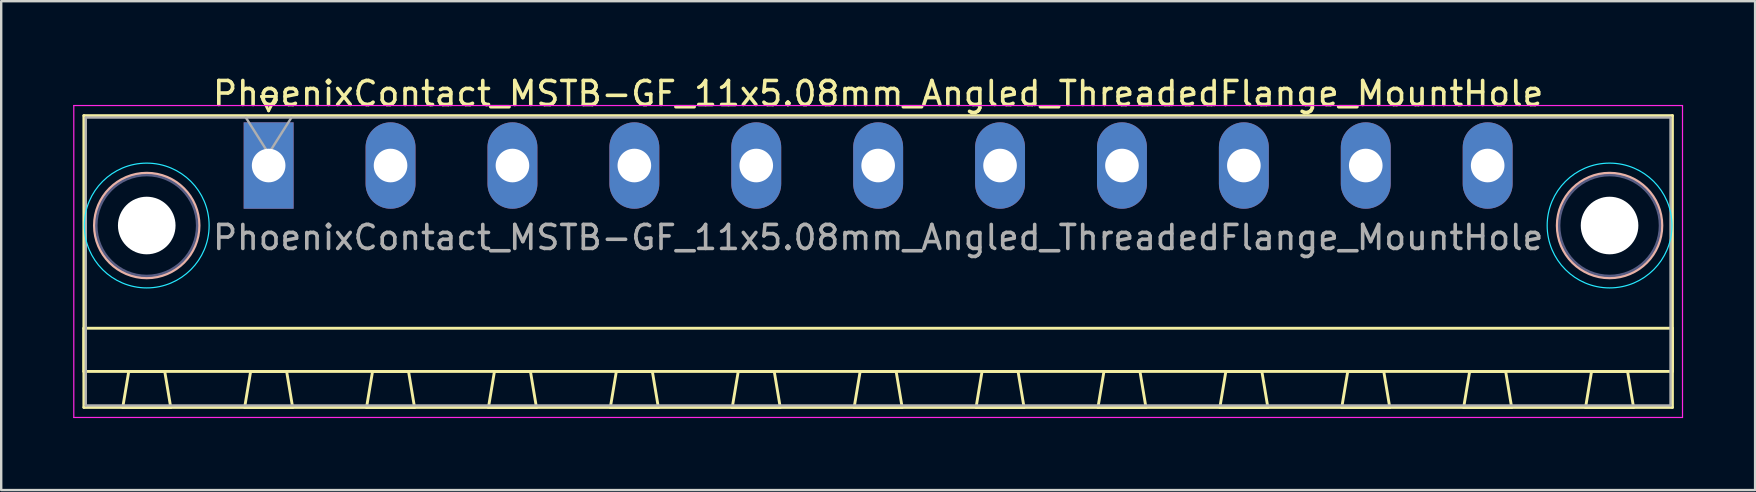
<source format=kicad_pcb>
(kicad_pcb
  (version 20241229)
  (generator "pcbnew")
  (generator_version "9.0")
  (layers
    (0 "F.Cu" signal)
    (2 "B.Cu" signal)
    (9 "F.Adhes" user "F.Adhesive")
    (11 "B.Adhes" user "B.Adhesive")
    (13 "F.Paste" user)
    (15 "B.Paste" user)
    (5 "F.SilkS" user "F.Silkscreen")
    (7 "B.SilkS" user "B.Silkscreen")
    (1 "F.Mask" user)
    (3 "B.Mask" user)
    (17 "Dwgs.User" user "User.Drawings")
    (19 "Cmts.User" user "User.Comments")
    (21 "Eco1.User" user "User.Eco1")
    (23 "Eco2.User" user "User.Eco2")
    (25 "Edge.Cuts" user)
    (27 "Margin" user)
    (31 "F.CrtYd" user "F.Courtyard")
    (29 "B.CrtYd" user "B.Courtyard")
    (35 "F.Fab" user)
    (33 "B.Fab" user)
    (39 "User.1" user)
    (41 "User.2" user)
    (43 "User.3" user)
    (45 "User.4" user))
  (footprint "PhoenixContact_MSTB-GF_11x5.08mm_Angled_ThreadedFlange_MountHole"
    (layer "F.Cu")
    (at 8.145 3.848)
    (property "Reference" "PhoenixContact_MSTB-GF_11x5.08mm_Angled_ThreadedFlange_MountHole" (at 25.4 -3 0) (layer "F.SilkS") (effects (font (size 1 1) (thickness 0.15))))
    (attr through_hole)
    (fp_line (start -7.7 -2.08) (end -7.7 10.08) (stroke (width 0.12) (type solid)) (layer "F.SilkS"))
    (fp_line (start -7.7 6.78) (end 58.5 6.78) (stroke (width 0.12) (type solid)) (layer "F.SilkS"))
    (fp_line (start -7.7 8.58) (end -7.7 6.78) (stroke (width 0.12) (type solid)) (layer "F.SilkS"))
    (fp_line (start -7.7 10.08) (end 58.5 10.08) (stroke (width 0.12) (type solid)) (layer "F.SilkS"))
    (fp_line (start -6.08 10.08) (end -4.08 10.08) (stroke (width 0.12) (type solid)) (layer "F.SilkS"))
    (fp_line (start -5.83 8.58) (end -6.08 10.08) (stroke (width 0.12) (type solid)) (layer "F.SilkS"))
    (fp_line (start -4.33 8.58) (end -5.83 8.58) (stroke (width 0.12) (type solid)) (layer "F.SilkS"))
    (fp_line (start -4.08 10.08) (end -4.33 8.58) (stroke (width 0.12) (type solid)) (layer "F.SilkS"))
    (fp_line (start -1 10.08) (end 1 10.08) (stroke (width 0.12) (type solid)) (layer "F.SilkS"))
    (fp_line (start -0.75 8.58) (end -1 10.08) (stroke (width 0.12) (type solid)) (layer "F.SilkS"))
    (fp_line (start -0.3 -2.88) (end 0.3 -2.88) (stroke (width 0.12) (type solid)) (layer "F.SilkS"))
    (fp_line (start 0 -2.28) (end -0.3 -2.88) (stroke (width 0.12) (type solid)) (layer "F.SilkS"))
    (fp_line (start 0.3 -2.88) (end 0 -2.28) (stroke (width 0.12) (type solid)) (layer "F.SilkS"))
    (fp_line (start 0.75 8.58) (end -0.75 8.58) (stroke (width 0.12) (type solid)) (layer "F.SilkS"))
    (fp_line (start 1 10.08) (end 0.75 8.58) (stroke (width 0.12) (type solid)) (layer "F.SilkS"))
    (fp_line (start 4.08 10.08) (end 6.08 10.08) (stroke (width 0.12) (type solid)) (layer "F.SilkS"))
    (fp_line (start 4.33 8.58) (end 4.08 10.08) (stroke (width 0.12) (type solid)) (layer "F.SilkS"))
    (fp_line (start 5.83 8.58) (end 4.33 8.58) (stroke (width 0.12) (type solid)) (layer "F.SilkS"))
    (fp_line (start 6.08 10.08) (end 5.83 8.58) (stroke (width 0.12) (type solid)) (layer "F.SilkS"))
    (fp_line (start 9.16 10.08) (end 11.16 10.08) (stroke (width 0.12) (type solid)) (layer "F.SilkS"))
    (fp_line (start 9.41 8.58) (end 9.16 10.08) (stroke (width 0.12) (type solid)) (layer "F.SilkS"))
    (fp_line (start 10.91 8.58) (end 9.41 8.58) (stroke (width 0.12) (type solid)) (layer "F.SilkS"))
    (fp_line (start 11.16 10.08) (end 10.91 8.58) (stroke (width 0.12) (type solid)) (layer "F.SilkS"))
    (fp_line (start 14.24 10.08) (end 16.24 10.08) (stroke (width 0.12) (type solid)) (layer "F.SilkS"))
    (fp_line (start 14.49 8.58) (end 14.24 10.08) (stroke (width 0.12) (type solid)) (layer "F.SilkS"))
    (fp_line (start 15.99 8.58) (end 14.49 8.58) (stroke (width 0.12) (type solid)) (layer "F.SilkS"))
    (fp_line (start 16.24 10.08) (end 15.99 8.58) (stroke (width 0.12) (type solid)) (layer "F.SilkS"))
    (fp_line (start 19.32 10.08) (end 21.32 10.08) (stroke (width 0.12) (type solid)) (layer "F.SilkS"))
    (fp_line (start 19.57 8.58) (end 19.32 10.08) (stroke (width 0.12) (type solid)) (layer "F.SilkS"))
    (fp_line (start 21.07 8.58) (end 19.57 8.58) (stroke (width 0.12) (type solid)) (layer "F.SilkS"))
    (fp_line (start 21.32 10.08) (end 21.07 8.58) (stroke (width 0.12) (type solid)) (layer "F.SilkS"))
    (fp_line (start 24.4 10.08) (end 26.4 10.08) (stroke (width 0.12) (type solid)) (layer "F.SilkS"))
    (fp_line (start 24.65 8.58) (end 24.4 10.08) (stroke (width 0.12) (type solid)) (layer "F.SilkS"))
    (fp_line (start 26.15 8.58) (end 24.65 8.58) (stroke (width 0.12) (type solid)) (layer "F.SilkS"))
    (fp_line (start 26.4 10.08) (end 26.15 8.58) (stroke (width 0.12) (type solid)) (layer "F.SilkS"))
    (fp_line (start 29.48 10.08) (end 31.48 10.08) (stroke (width 0.12) (type solid)) (layer "F.SilkS"))
    (fp_line (start 29.73 8.58) (end 29.48 10.08) (stroke (width 0.12) (type solid)) (layer "F.SilkS"))
    (fp_line (start 31.23 8.58) (end 29.73 8.58) (stroke (width 0.12) (type solid)) (layer "F.SilkS"))
    (fp_line (start 31.48 10.08) (end 31.23 8.58) (stroke (width 0.12) (type solid)) (layer "F.SilkS"))
    (fp_line (start 34.56 10.08) (end 36.56 10.08) (stroke (width 0.12) (type solid)) (layer "F.SilkS"))
    (fp_line (start 34.81 8.58) (end 34.56 10.08) (stroke (width 0.12) (type solid)) (layer "F.SilkS"))
    (fp_line (start 36.31 8.58) (end 34.81 8.58) (stroke (width 0.12) (type solid)) (layer "F.SilkS"))
    (fp_line (start 36.56 10.08) (end 36.31 8.58) (stroke (width 0.12) (type solid)) (layer "F.SilkS"))
    (fp_line (start 39.64 10.08) (end 41.64 10.08) (stroke (width 0.12) (type solid)) (layer "F.SilkS"))
    (fp_line (start 39.89 8.58) (end 39.64 10.08) (stroke (width 0.12) (type solid)) (layer "F.SilkS"))
    (fp_line (start 41.39 8.58) (end 39.89 8.58) (stroke (width 0.12) (type solid)) (layer "F.SilkS"))
    (fp_line (start 41.64 10.08) (end 41.39 8.58) (stroke (width 0.12) (type solid)) (layer "F.SilkS"))
    (fp_line (start 44.72 10.08) (end 46.72 10.08) (stroke (width 0.12) (type solid)) (layer "F.SilkS"))
    (fp_line (start 44.97 8.58) (end 44.72 10.08) (stroke (width 0.12) (type solid)) (layer "F.SilkS"))
    (fp_line (start 46.47 8.58) (end 44.97 8.58) (stroke (width 0.12) (type solid)) (layer "F.SilkS"))
    (fp_line (start 46.72 10.08) (end 46.47 8.58) (stroke (width 0.12) (type solid)) (layer "F.SilkS"))
    (fp_line (start 49.8 10.08) (end 51.8 10.08) (stroke (width 0.12) (type solid)) (layer "F.SilkS"))
    (fp_line (start 50.05 8.58) (end 49.8 10.08) (stroke (width 0.12) (type solid)) (layer "F.SilkS"))
    (fp_line (start 51.55 8.58) (end 50.05 8.58) (stroke (width 0.12) (type solid)) (layer "F.SilkS"))
    (fp_line (start 51.8 10.08) (end 51.55 8.58) (stroke (width 0.12) (type solid)) (layer "F.SilkS"))
    (fp_line (start 54.88 10.08) (end 56.88 10.08) (stroke (width 0.12) (type solid)) (layer "F.SilkS"))
    (fp_line (start 55.13 8.58) (end 54.88 10.08) (stroke (width 0.12) (type solid)) (layer "F.SilkS"))
    (fp_line (start 56.63 8.58) (end 55.13 8.58) (stroke (width 0.12) (type solid)) (layer "F.SilkS"))
    (fp_line (start 56.88 10.08) (end 56.63 8.58) (stroke (width 0.12) (type solid)) (layer "F.SilkS"))
    (fp_line (start 58.5 -2.08) (end -7.7 -2.08) (stroke (width 0.12) (type solid)) (layer "F.SilkS"))
    (fp_line (start 58.5 6.78) (end 58.5 8.58) (stroke (width 0.12) (type solid)) (layer "F.SilkS"))
    (fp_line (start 58.5 8.58) (end -7.7 8.58) (stroke (width 0.12) (type solid)) (layer "F.SilkS"))
    (fp_line (start 58.5 10.08) (end 58.5 -2.08) (stroke (width 0.12) (type solid)) (layer "F.SilkS"))
    (fp_circle (center -5.08 2.5) (end -2.9 2.5) (stroke (width 0.12) (type solid)) (fill no) (layer "B.SilkS"))
    (fp_circle (center 55.88 2.5) (end 58.06 2.5) (stroke (width 0.12) (type solid)) (fill no) (layer "B.SilkS"))
    (fp_circle (center -5.08 2.5) (end -2.48 2.5) (stroke (width 0.05) (type solid)) (fill no) (layer "B.CrtYd"))
    (fp_circle (center 55.88 2.5) (end 58.48 2.5) (stroke (width 0.05) (type solid)) (fill no) (layer "B.CrtYd"))
    (fp_line (start -8.12 -2.5) (end -8.12 10.5) (stroke (width 0.05) (type solid)) (layer "F.CrtYd"))
    (fp_line (start -8.12 10.5) (end 58.92 10.5) (stroke (width 0.05) (type solid)) (layer "F.CrtYd"))
    (fp_line (start 58.92 -2.5) (end -8.12 -2.5) (stroke (width 0.05) (type solid)) (layer "F.CrtYd"))
    (fp_line (start 58.92 10.5) (end 58.92 -2.5) (stroke (width 0.05) (type solid)) (layer "F.CrtYd"))
    (fp_circle (center -5.08 2.5) (end -2.98 2.5) (stroke (width 0.1) (type solid)) (fill no) (layer "B.Fab"))
    (fp_circle (center 55.88 2.5) (end 57.98 2.5) (stroke (width 0.1) (type solid)) (fill no) (layer "B.Fab"))
    (fp_line (start -7.62 -2) (end -7.62 10) (stroke (width 0.1) (type solid)) (layer "F.Fab"))
    (fp_line (start -7.62 10) (end 58.42 10) (stroke (width 0.1) (type solid)) (layer "F.Fab"))
    (fp_line (start 0 -0.5) (end -0.95 -2) (stroke (width 0.1) (type solid)) (layer "F.Fab"))
    (fp_line (start 0.95 -2) (end 0 -0.5) (stroke (width 0.1) (type solid)) (layer "F.Fab"))
    (fp_line (start 58.42 -2) (end -7.62 -2) (stroke (width 0.1) (type solid)) (layer "F.Fab"))
    (fp_line (start 58.42 10) (end 58.42 -2) (stroke (width 0.1) (type solid)) (layer "F.Fab"))
    (fp_text user "${REFERENCE}" (at 25.4 3 0) (layer "F.Fab") (effects (font (size 1 1) (thickness 0.15))))
    (pad "" np_thru_hole circle (at -5.08 2.5) (size 2.4 2.4) (drill 2.4) (layers "*.Cu" "*.Mask"))
    (pad "" np_thru_hole circle (at 55.88 2.5) (size 2.4 2.4) (drill 2.4) (layers "*.Cu" "*.Mask"))
    (pad "1" thru_hole rect (at 0 0) (size 2.08 3.6) (drill 1.4) (layers "*.Cu" "*.Mask"))
    (pad "2" thru_hole oval (at 5.08 0) (size 2.08 3.6) (drill 1.4) (layers "*.Cu" "*.Mask"))
    (pad "3" thru_hole oval (at 10.16 0) (size 2.08 3.6) (drill 1.4) (layers "*.Cu" "*.Mask"))
    (pad "4" thru_hole oval (at 15.24 0) (size 2.08 3.6) (drill 1.4) (layers "*.Cu" "*.Mask"))
    (pad "5" thru_hole oval (at 20.32 0) (size 2.08 3.6) (drill 1.4) (layers "*.Cu" "*.Mask"))
    (pad "6" thru_hole oval (at 25.4 0) (size 2.08 3.6) (drill 1.4) (layers "*.Cu" "*.Mask"))
    (pad "7" thru_hole oval (at 30.48 0) (size 2.08 3.6) (drill 1.4) (layers "*.Cu" "*.Mask"))
    (pad "8" thru_hole oval (at 35.56 0) (size 2.08 3.6) (drill 1.4) (layers "*.Cu" "*.Mask"))
    (pad "9" thru_hole oval (at 40.64 0) (size 2.08 3.6) (drill 1.4) (layers "*.Cu" "*.Mask"))
    (pad "10" thru_hole oval (at 45.72 0) (size 2.08 3.6) (drill 1.4) (layers "*.Cu" "*.Mask"))
    (pad "11" thru_hole oval (at 50.8 0) (size 2.08 3.6) (drill 1.4) (layers "*.Cu" "*.Mask")))
  (gr_rect
    (start -3 -3)
    (end 70.09 17.373)
    (stroke (width 0.1) (type default))
    (fill no)
    (layer "Edge.Cuts")))
</source>
